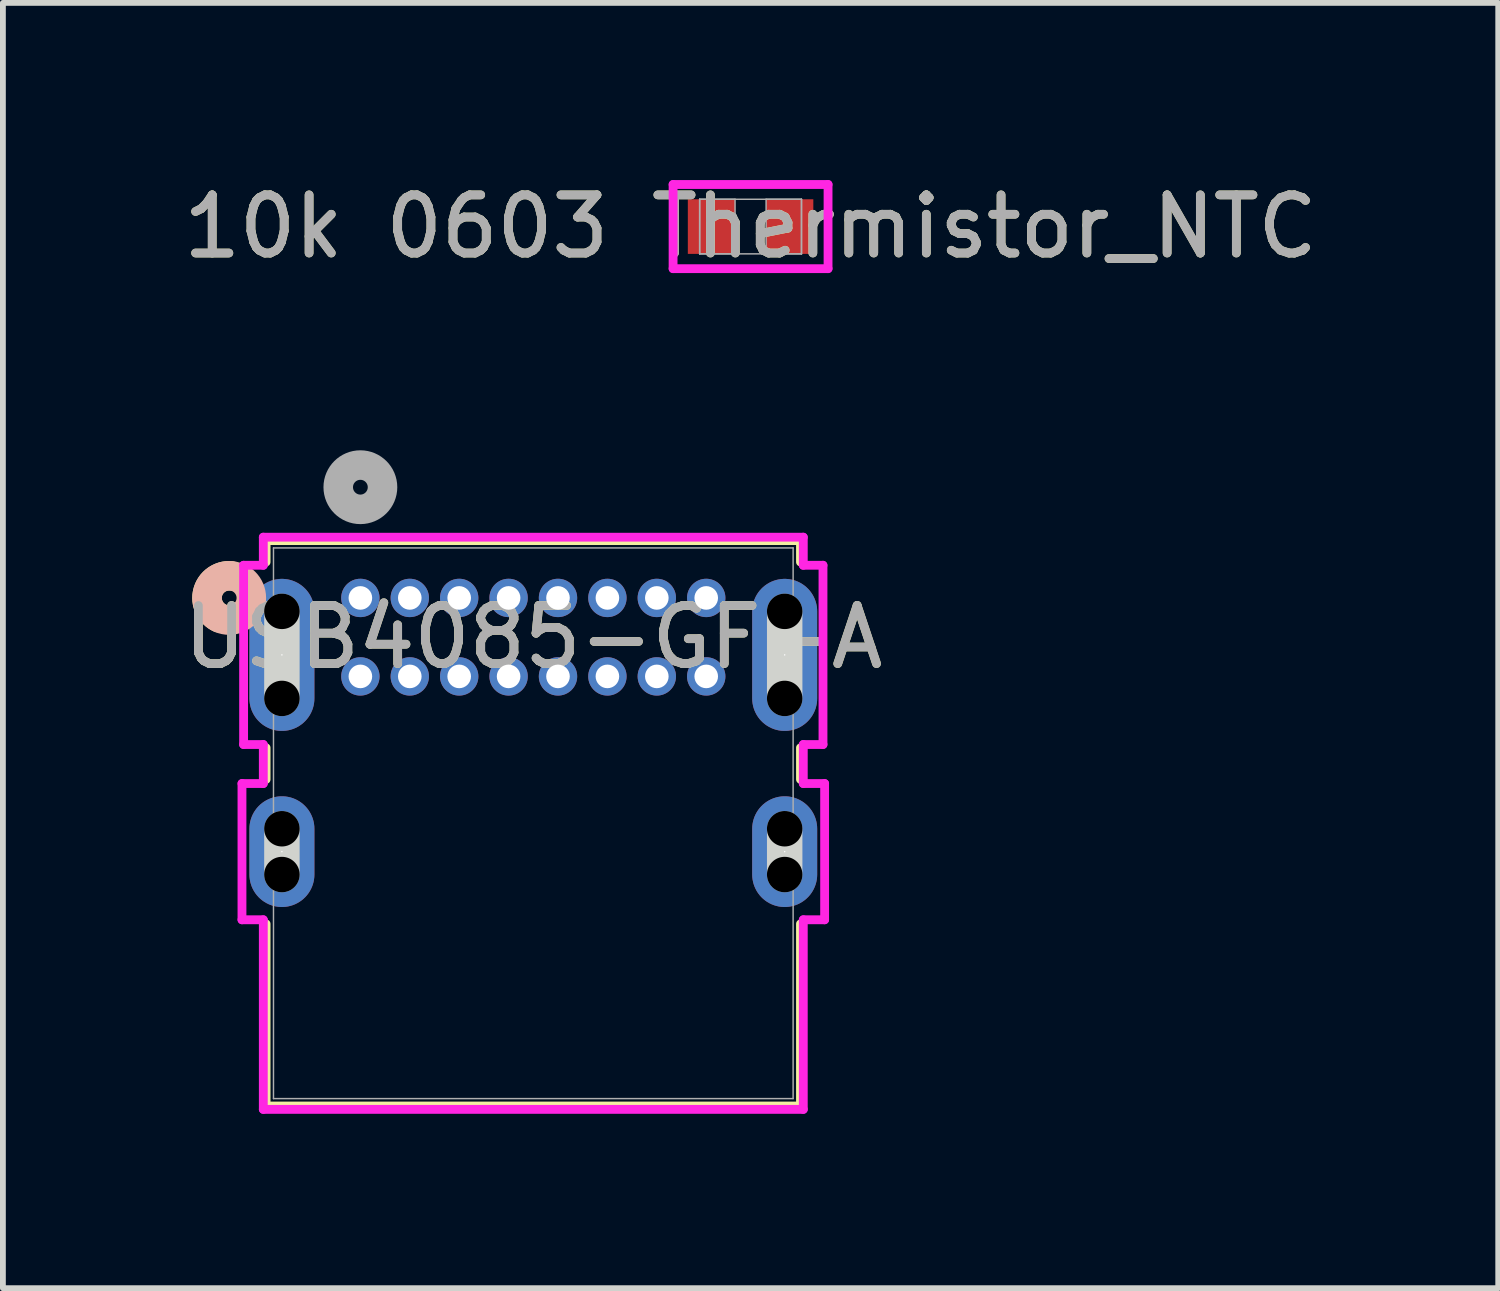
<source format=kicad_pcb>
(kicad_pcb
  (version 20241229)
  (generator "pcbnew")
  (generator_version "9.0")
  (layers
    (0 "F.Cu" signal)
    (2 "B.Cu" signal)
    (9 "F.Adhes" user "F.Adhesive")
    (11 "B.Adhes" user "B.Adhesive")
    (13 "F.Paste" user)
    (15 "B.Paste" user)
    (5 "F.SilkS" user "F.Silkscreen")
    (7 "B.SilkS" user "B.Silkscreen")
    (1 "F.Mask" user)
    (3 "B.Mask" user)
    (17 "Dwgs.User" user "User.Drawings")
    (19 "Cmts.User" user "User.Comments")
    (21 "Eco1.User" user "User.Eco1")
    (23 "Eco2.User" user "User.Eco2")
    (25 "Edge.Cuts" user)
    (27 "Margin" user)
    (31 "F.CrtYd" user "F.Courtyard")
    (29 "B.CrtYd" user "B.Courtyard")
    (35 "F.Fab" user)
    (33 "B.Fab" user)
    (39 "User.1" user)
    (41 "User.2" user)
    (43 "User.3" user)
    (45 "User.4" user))
  (footprint "USB4085-GF-A"
    (layer "F.Cu")
    (at 3.15 7.237)
    (property "Reference" "USB4085-GF-A" (at 2.975 0.675 0) (unlocked yes) (layer "F.SilkS") (effects (font (size 1 1) (thickness 0.15))))
    (attr through_hole)
    (fp_line (start -1.622 -0.987) (end -1.622 -0.618) (stroke (width 0.152) (type solid)) (layer "F.SilkS"))
    (fp_line (start -1.622 2.578) (end -1.622 3.122) (stroke (width 0.152) (type solid)) (layer "F.SilkS"))
    (fp_line (start -1.622 5.608) (end -1.622 8.741) (stroke (width 0.152) (type solid)) (layer "F.SilkS"))
    (fp_line (start -1.622 8.741) (end 7.572 8.741) (stroke (width 0.152) (type solid)) (layer "F.SilkS"))
    (fp_line (start 7.572 -0.987) (end -1.622 -0.987) (stroke (width 0.152) (type solid)) (layer "F.SilkS"))
    (fp_line (start 7.572 -0.618) (end 7.572 -0.987) (stroke (width 0.152) (type solid)) (layer "F.SilkS"))
    (fp_line (start 7.572 3.122) (end 7.572 2.578) (stroke (width 0.152) (type solid)) (layer "F.SilkS"))
    (fp_line (start 7.572 8.741) (end 7.572 5.608) (stroke (width 0.152) (type solid)) (layer "F.SilkS"))
    (fp_arc (start -2.41934 0.344872) (mid -2.625765 -0.097305) (end -2.2279 -0.379856) (stroke (width 0.508) (type solid)) (layer "F.SilkS"))
    (fp_circle (center -2.257 0) (end -1.876 0) (stroke (width 0.508) (type solid)) (fill no) (layer "B.SilkS"))
    (fp_line (start -1.35 1.729) (end -1.35 0.231) (stroke (width 0.61) (type solid)) (layer "Edge.Cuts"))
    (fp_line (start -1.35 4.759) (end -1.35 3.971) (stroke (width 0.61) (type solid)) (layer "Edge.Cuts"))
    (fp_line (start 7.3 1.729) (end 7.3 0.231) (stroke (width 0.61) (type solid)) (layer "Edge.Cuts"))
    (fp_line (start 7.3 4.759) (end 7.3 3.971) (stroke (width 0.61) (type solid)) (layer "Edge.Cuts"))
    (fp_line (start -2.037 3.193) (end -2.037 5.537) (stroke (width 0.152) (type solid)) (layer "F.CrtYd"))
    (fp_line (start -2.037 5.537) (end -1.67 5.537) (stroke (width 0.152) (type solid)) (layer "F.CrtYd"))
    (fp_line (start -2.009 -0.562) (end -2.009 2.522) (stroke (width 0.152) (type solid)) (layer "F.CrtYd"))
    (fp_line (start -2.009 2.522) (end -1.67 2.522) (stroke (width 0.152) (type solid)) (layer "F.CrtYd"))
    (fp_line (start -1.67 2.522) (end -1.67 3.193) (stroke (width 0.152) (type solid)) (layer "F.CrtYd"))
    (fp_line (start -1.67 3.193) (end -2.037 3.193) (stroke (width 0.152) (type solid)) (layer "F.CrtYd"))
    (fp_line (start -1.67 5.537) (end -1.67 8.799) (stroke (width 0.152) (type solid)) (layer "F.CrtYd"))
    (fp_line (start -1.67 8.799) (end 7.62 8.799) (stroke (width 0.152) (type solid)) (layer "F.CrtYd"))
    (fp_line (start -1.67 -1.045) (end -1.67 -0.562) (stroke (width 0.152) (type solid)) (layer "F.CrtYd"))
    (fp_line (start -1.67 -0.562) (end -2.009 -0.562) (stroke (width 0.152) (type solid)) (layer "F.CrtYd"))
    (fp_line (start 7.62 5.537) (end 7.987 5.537) (stroke (width 0.152) (type solid)) (layer "F.CrtYd"))
    (fp_line (start 7.62 8.799) (end 7.62 5.537) (stroke (width 0.152) (type solid)) (layer "F.CrtYd"))
    (fp_line (start 7.62 -0.562) (end 7.62 -1.045) (stroke (width 0.152) (type solid)) (layer "F.CrtYd"))
    (fp_line (start 7.62 2.522) (end 7.959 2.522) (stroke (width 0.152) (type solid)) (layer "F.CrtYd"))
    (fp_line (start 7.62 3.193) (end 7.62 2.522) (stroke (width 0.152) (type solid)) (layer "F.CrtYd"))
    (fp_line (start 7.62 -1.045) (end -1.67 -1.045) (stroke (width 0.152) (type solid)) (layer "F.CrtYd"))
    (fp_line (start 7.959 -0.562) (end 7.62 -0.562) (stroke (width 0.152) (type solid)) (layer "F.CrtYd"))
    (fp_line (start 7.959 2.522) (end 7.959 -0.562) (stroke (width 0.152) (type solid)) (layer "F.CrtYd"))
    (fp_line (start 7.987 3.193) (end 7.62 3.193) (stroke (width 0.152) (type solid)) (layer "F.CrtYd"))
    (fp_line (start 7.987 5.537) (end 7.987 3.193) (stroke (width 0.152) (type solid)) (layer "F.CrtYd"))
    (fp_line (start -1.495 -0.86) (end -1.495 8.614) (stroke (width 0.025) (type solid)) (layer "F.Fab"))
    (fp_line (start -1.495 8.614) (end 7.445 8.614) (stroke (width 0.025) (type solid)) (layer "F.Fab"))
    (fp_line (start 7.445 -0.86) (end -1.495 -0.86) (stroke (width 0.025) (type solid)) (layer "F.Fab"))
    (fp_line (start 7.445 8.614) (end 7.445 -0.86) (stroke (width 0.025) (type solid)) (layer "F.Fab"))
    (fp_circle (center 0 -1.905) (end 0.381 -1.905) (stroke (width 0.508) (type solid)) (fill no) (layer "F.Fab"))
    (fp_text user "${REFERENCE}" (at 2.975 0.675 0) (unlocked yes) (layer "F.Fab") (effects (font (size 1 1) (thickness 0.15))))
    (pad "" np_thru_hole circle (at -1.35 0.231) (size 0.61 0.61) (drill 0.61) (layers))
    (pad "" np_thru_hole circle (at -1.35 1.729) (size 0.61 0.61) (drill 0.61) (layers))
    (pad "" np_thru_hole circle (at -1.35 3.971) (size 0.61 0.61) (drill 0.61) (layers))
    (pad "" np_thru_hole circle (at -1.35 4.759) (size 0.61 0.61) (drill 0.61) (layers))
    (pad "" np_thru_hole circle (at 7.3 0.231) (size 0.61 0.61) (drill 0.61) (layers))
    (pad "" np_thru_hole circle (at 7.3 1.729) (size 0.61 0.61) (drill 0.61) (layers))
    (pad "" np_thru_hole circle (at 7.3 3.971) (size 0.61 0.61) (drill 0.61) (layers))
    (pad "" np_thru_hole circle (at 7.3 4.759) (size 0.61 0.61) (drill 0.61) (layers))
    (pad "1" thru_hole circle (at 0 0) (size 0.66 0.66) (drill 0.406) (layers "*.Cu" "*.Mask"))
    (pad "2" thru_hole circle (at 0.85 0) (size 0.66 0.66) (drill 0.406) (layers "*.Cu" "*.Mask"))
    (pad "3" thru_hole circle (at 1.7 0) (size 0.66 0.66) (drill 0.406) (layers "*.Cu" "*.Mask"))
    (pad "4" thru_hole circle (at 2.55 0) (size 0.66 0.66) (drill 0.406) (layers "*.Cu" "*.Mask"))
    (pad "5" thru_hole circle (at 3.4 0) (size 0.66 0.66) (drill 0.406) (layers "*.Cu" "*.Mask"))
    (pad "6" thru_hole circle (at 4.25 0) (size 0.66 0.66) (drill 0.406) (layers "*.Cu" "*.Mask"))
    (pad "7" thru_hole circle (at 5.1 0) (size 0.66 0.66) (drill 0.406) (layers "*.Cu" "*.Mask"))
    (pad "8" thru_hole circle (at 5.95 0) (size 0.66 0.66) (drill 0.406) (layers "*.Cu" "*.Mask"))
    (pad "9" thru_hole circle (at 0 1.35) (size 0.66 0.66) (drill 0.406) (layers "*.Cu" "*.Mask"))
    (pad "10" thru_hole circle (at 0.85 1.35) (size 0.66 0.66) (drill 0.406) (layers "*.Cu" "*.Mask"))
    (pad "11" thru_hole circle (at 1.7 1.35) (size 0.66 0.66) (drill 0.406) (layers "*.Cu" "*.Mask"))
    (pad "12" thru_hole circle (at 2.55 1.35) (size 0.66 0.66) (drill 0.406) (layers "*.Cu" "*.Mask"))
    (pad "13" thru_hole circle (at 3.4 1.35) (size 0.66 0.66) (drill 0.406) (layers "*.Cu" "*.Mask"))
    (pad "14" thru_hole circle (at 4.25 1.35) (size 0.66 0.66) (drill 0.406) (layers "*.Cu" "*.Mask"))
    (pad "15" thru_hole circle (at 5.1 1.35) (size 0.66 0.66) (drill 0.406) (layers "*.Cu" "*.Mask"))
    (pad "16" thru_hole circle (at 5.95 1.35) (size 0.66 0.66) (drill 0.406) (layers "*.Cu" "*.Mask"))
    (pad "17" thru_hole oval (at -1.35 0.98 90) (size 2.616 1.118) (drill 0.025) (layers "*.Cu" "*.Mask"))
    (pad "18" thru_hole oval (at 7.3 0.98 90) (size 2.616 1.118) (drill 0.025) (layers "*.Cu" "*.Mask"))
    (pad "19" thru_hole oval (at -1.35 4.365 90) (size 1.905 1.118) (drill 0.025) (layers "*.Cu" "*.Mask"))
    (pad "20" thru_hole oval (at 7.3 4.365 90) (size 1.905 1.118) (drill 0.025) (layers "*.Cu" "*.Mask")))
  (footprint "10k 0603 Thermistor_NTC"
    (layer "F.Cu")
    (at 9.863 0.848)
    (property "Reference" "10k 0603 Thermistor_NTC" (at 0 0 0) (unlocked yes) (layer "F.SilkS") (effects (font (size 1 1) (thickness 0.15))))
    (attr smd)
    (fp_line (start -1.333 -0.724) (end 1.333 -0.724) (stroke (width 0.152) (type solid)) (layer "F.CrtYd"))
    (fp_line (start -1.333 0.724) (end -1.333 -0.724) (stroke (width 0.152) (type solid)) (layer "F.CrtYd"))
    (fp_line (start 1.333 -0.724) (end 1.333 0.724) (stroke (width 0.152) (type solid)) (layer "F.CrtYd"))
    (fp_line (start 1.333 0.724) (end -1.333 0.724) (stroke (width 0.152) (type solid)) (layer "F.CrtYd"))
    (fp_line (start -0.876 -0.47) (end -0.876 0.47) (stroke (width 0.025) (type solid)) (layer "F.Fab"))
    (fp_line (start -0.876 -0.47) (end -0.876 0.47) (stroke (width 0.025) (type solid)) (layer "F.Fab"))
    (fp_line (start -0.876 0.47) (end -0.267 0.47) (stroke (width 0.025) (type solid)) (layer "F.Fab"))
    (fp_line (start -0.876 0.47) (end 0.876 0.47) (stroke (width 0.025) (type solid)) (layer "F.Fab"))
    (fp_line (start -0.267 -0.47) (end -0.876 -0.47) (stroke (width 0.025) (type solid)) (layer "F.Fab"))
    (fp_line (start -0.267 0.47) (end -0.267 -0.47) (stroke (width 0.025) (type solid)) (layer "F.Fab"))
    (fp_line (start 0.267 -0.47) (end 0.267 0.47) (stroke (width 0.025) (type solid)) (layer "F.Fab"))
    (fp_line (start 0.267 0.47) (end 0.876 0.47) (stroke (width 0.025) (type solid)) (layer "F.Fab"))
    (fp_line (start 0.876 -0.47) (end -0.876 -0.47) (stroke (width 0.025) (type solid)) (layer "F.Fab"))
    (fp_line (start 0.876 -0.47) (end 0.267 -0.47) (stroke (width 0.025) (type solid)) (layer "F.Fab"))
    (fp_line (start 0.876 0.47) (end 0.876 -0.47) (stroke (width 0.025) (type solid)) (layer "F.Fab"))
    (fp_line (start 0.876 0.47) (end 0.876 -0.47) (stroke (width 0.025) (type solid)) (layer "F.Fab"))
    (fp_text user "${REFERENCE}" (at 0 0 0) (unlocked yes) (layer "F.Fab") (effects (font (size 1 1) (thickness 0.15))))
    (pad "1" smd rect (at -0.673 0) (size 0.813 0.94) (layers "F.Cu" "F.Mask" "F.Paste"))
    (pad "2" smd rect (at 0.673 0) (size 0.813 0.94) (layers "F.Cu" "F.Mask" "F.Paste"))
    (zone (net_name "") (layer "F.Cu") (hatch full 0.508) (connect_pads) (min_thickness 0.254) (filled_areas_thickness no) (keepout (tracks not_allowed) (vias not_allowed) (pads allowed) (copperpour not_allowed) (footprints allowed)) (placement (enabled no)) (fill) (polygon (pts (xy 9.647 0.429) (xy 10.079 0.429) (xy 10.079 1.267) (xy 9.647 1.267)))))
  (gr_rect
    (start -3 -3)
    (end 22.726 19.112)
    (stroke (width 0.1) (type default))
    (fill no)
    (layer "Edge.Cuts")))
</source>
